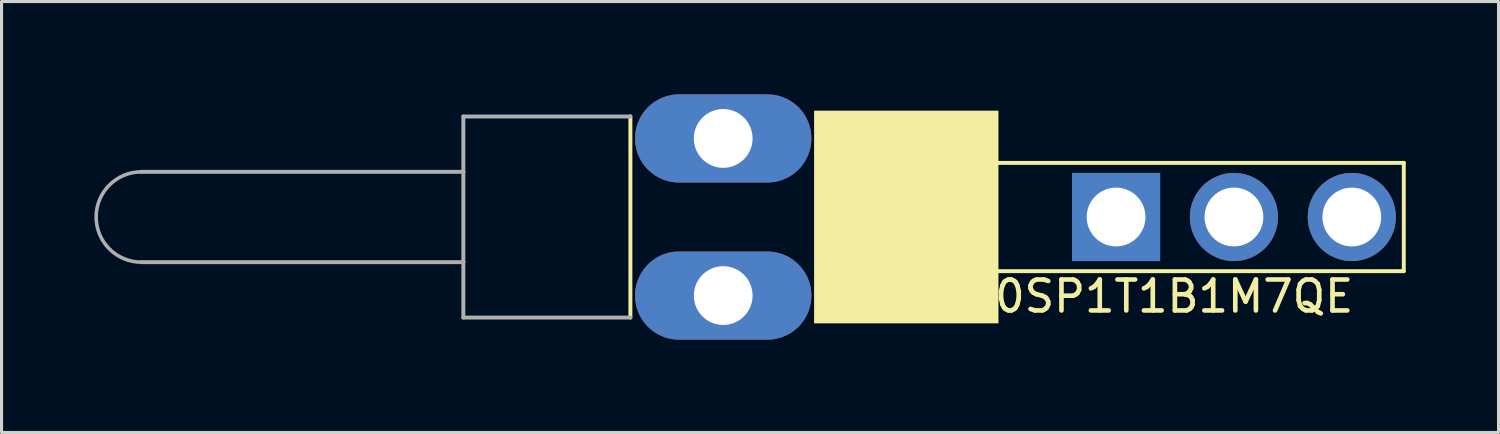
<source format=kicad_pcb>
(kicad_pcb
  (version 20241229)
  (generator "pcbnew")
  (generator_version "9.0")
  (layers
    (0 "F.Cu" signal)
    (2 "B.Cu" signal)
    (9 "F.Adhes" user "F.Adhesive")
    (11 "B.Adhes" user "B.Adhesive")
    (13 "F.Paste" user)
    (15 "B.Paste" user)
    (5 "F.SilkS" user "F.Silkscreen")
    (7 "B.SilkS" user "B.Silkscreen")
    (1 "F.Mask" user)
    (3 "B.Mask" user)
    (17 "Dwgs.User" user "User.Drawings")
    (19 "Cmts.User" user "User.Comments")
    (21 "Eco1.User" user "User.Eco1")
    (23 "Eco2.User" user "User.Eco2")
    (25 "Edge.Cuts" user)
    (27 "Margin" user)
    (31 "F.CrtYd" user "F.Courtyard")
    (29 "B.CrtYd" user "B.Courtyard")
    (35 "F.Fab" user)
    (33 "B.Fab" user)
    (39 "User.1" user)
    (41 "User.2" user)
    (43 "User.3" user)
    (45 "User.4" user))
  (footprint "100SP1T1B1M7QE"
    (layer "F.Cu")
    (at 20.328 3.965)
    (property "Reference" "100SP1T1B1M7QE" (at 13.625 2.565 0) (layer "F.SilkS") (effects (font (size 1 1) (thickness 0.15))))
    (attr through_hole)
    (fp_line (start -3 -3.25) (end -3 3.25) (stroke (width 0.127) (type solid)) (layer "F.SilkS"))
    (fp_line (start 8.89 -1.75) (end 22 -1.75) (stroke (width 0.127) (type solid)) (layer "F.SilkS"))
    (fp_line (start 22 -1.75) (end 22 1.75) (stroke (width 0.127) (type solid)) (layer "F.SilkS"))
    (fp_line (start 22 1.75) (end 8.89 1.75) (stroke (width 0.127) (type solid)) (layer "F.SilkS"))
    (fp_poly (pts (xy 2.94 -3.43) (xy 8.89 -3.43) (xy 8.89 3.43) (xy 2.94 3.43)) (stroke (width 0.01) (type solid)) (fill yes) (layer "F.SilkS"))
    (fp_line (start -8.4 -3.25) (end -8.4 -1.46) (stroke (width 0.127) (type solid)) (layer "F.Fab"))
    (fp_line (start -8.4 -1.46) (end -18.81 -1.46) (stroke (width 0.127) (type solid)) (layer "F.Fab"))
    (fp_line (start -8.4 -1.46) (end -8.4 1.46) (stroke (width 0.127) (type solid)) (layer "F.Fab"))
    (fp_line (start -8.4 1.46) (end -18.81 1.46) (stroke (width 0.127) (type solid)) (layer "F.Fab"))
    (fp_line (start -8.4 1.46) (end -8.4 3.25) (stroke (width 0.127) (type solid)) (layer "F.Fab"))
    (fp_line (start -8.4 3.25) (end -3 3.25) (stroke (width 0.127) (type solid)) (layer "F.Fab"))
    (fp_line (start -3 -3.25) (end -8.4 -3.25) (stroke (width 0.127) (type solid)) (layer "F.Fab"))
    (fp_arc (start -18.81 1.46) (mid -20.27 0) (end -18.81 -1.46) (stroke (width 0.115) (type solid)) (layer "F.Fab"))
    (pad "1" thru_hole rect (at 12.7 0) (size 2.85 2.85) (drill 1.9) (layers "*.Cu" "*.Mask"))
    (pad "2" thru_hole circle (at 16.51 0) (size 2.85 2.85) (drill 1.9) (layers "*.Cu" "*.Mask"))
    (pad "3" thru_hole circle (at 20.32 0) (size 2.85 2.85) (drill 1.9) (layers "*.Cu" "*.Mask"))
    (pad "4" thru_hole oval (at 0 -2.54) (size 5.7 2.85) (drill 1.9) (layers "*.Cu" "*.Mask"))
    (pad "5" thru_hole oval (at 0 2.54) (size 5.7 2.85) (drill 1.9) (layers "*.Cu" "*.Mask")))
  (gr_rect
    (start -3 -3)
    (end 45.391 10.93)
    (stroke (width 0.1) (type default))
    (fill no)
    (layer "Edge.Cuts")))
</source>
